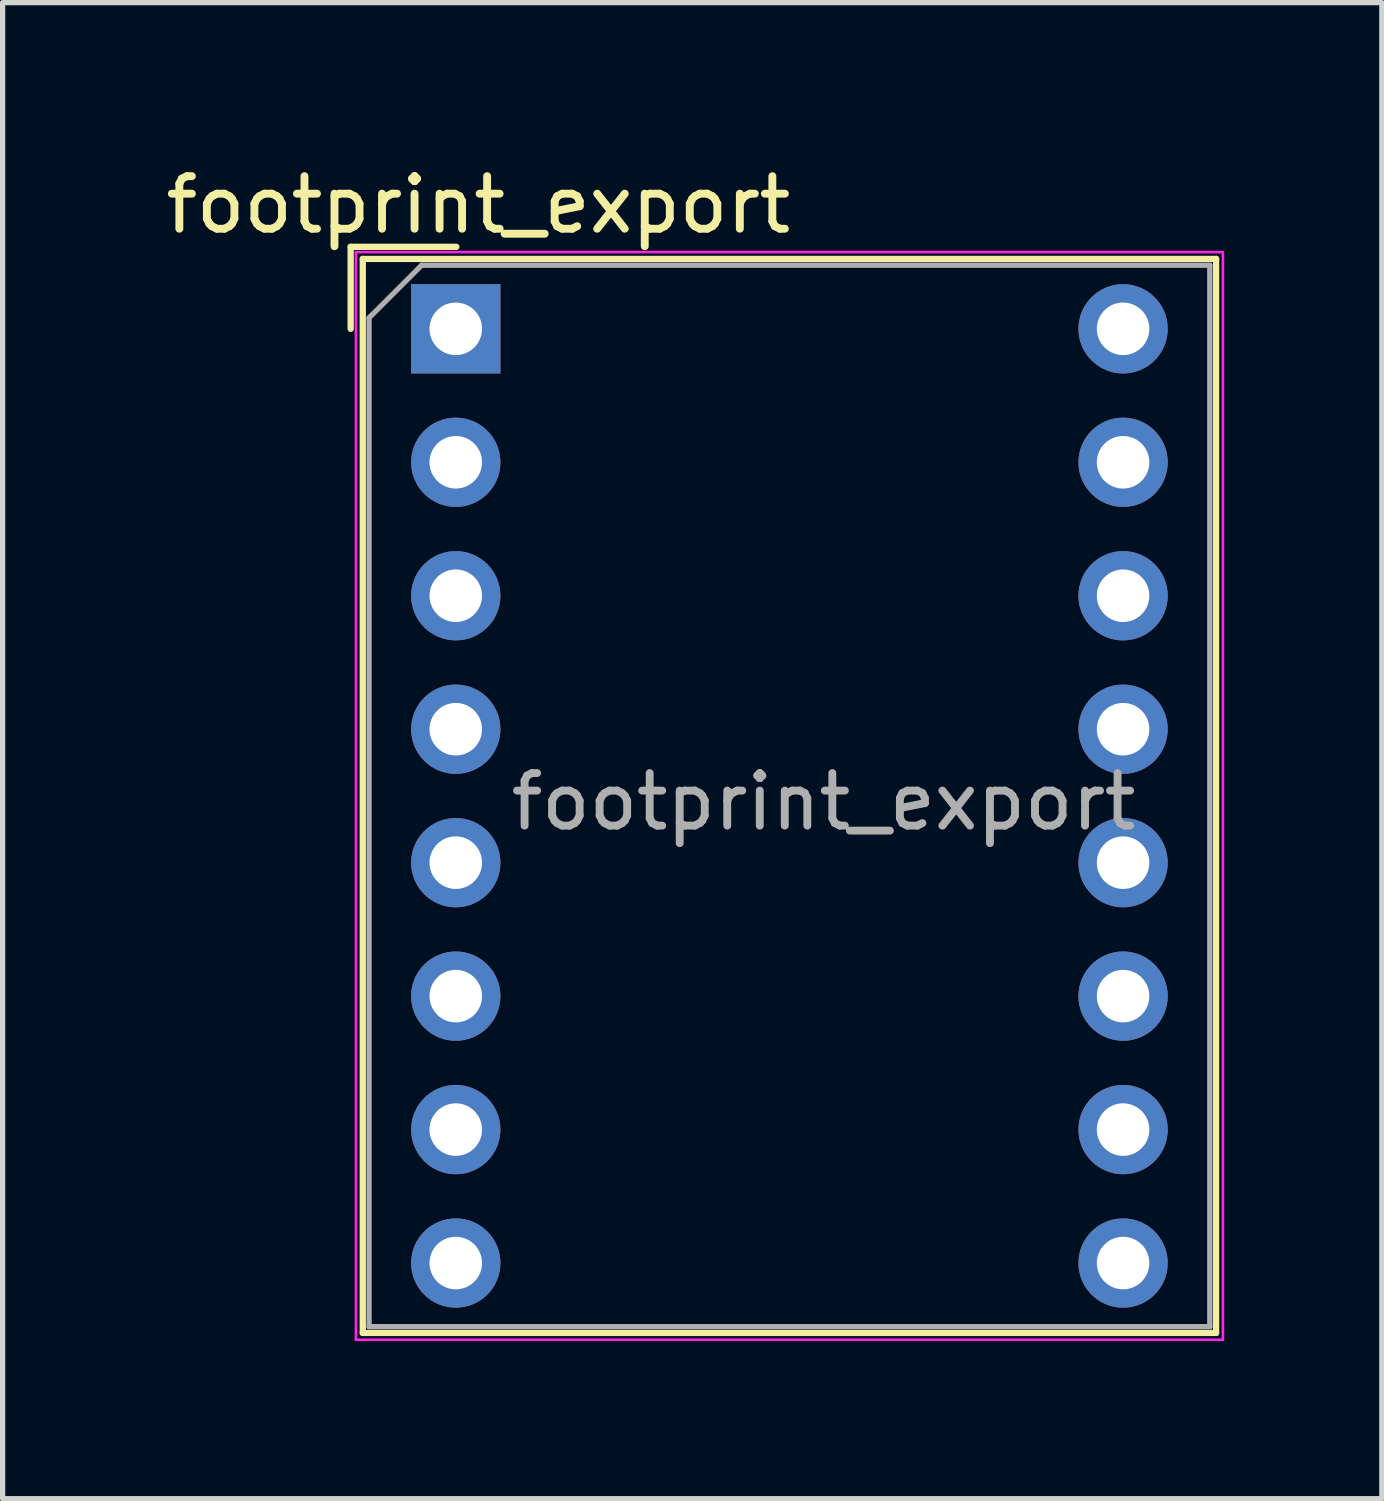
<source format=kicad_pcb>
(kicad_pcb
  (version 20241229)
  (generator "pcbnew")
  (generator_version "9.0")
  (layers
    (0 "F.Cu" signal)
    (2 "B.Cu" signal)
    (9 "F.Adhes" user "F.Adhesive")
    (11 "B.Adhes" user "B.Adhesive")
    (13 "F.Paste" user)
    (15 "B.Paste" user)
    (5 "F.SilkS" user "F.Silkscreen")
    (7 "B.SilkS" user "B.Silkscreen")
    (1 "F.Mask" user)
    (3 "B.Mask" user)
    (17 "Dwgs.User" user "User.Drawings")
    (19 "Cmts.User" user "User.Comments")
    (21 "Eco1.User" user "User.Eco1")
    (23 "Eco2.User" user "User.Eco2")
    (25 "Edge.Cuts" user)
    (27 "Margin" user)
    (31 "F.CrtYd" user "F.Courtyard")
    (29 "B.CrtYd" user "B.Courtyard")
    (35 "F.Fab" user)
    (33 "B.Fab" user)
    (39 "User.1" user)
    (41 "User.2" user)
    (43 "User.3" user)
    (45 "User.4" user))
  (footprint "footprint_export"
    (layer "F.Cu")
    (at 5.624 3.208)
    (property "Reference" "footprint_export" (at 0.43 -2.36 0) (layer "F.SilkS") (effects (font (size 1 1) (thickness 0.15))))
    (attr through_hole)
    (fp_line (start -2 -1.56) (end -2 0) (stroke (width 0.12) (type solid)) (layer "F.SilkS"))
    (fp_line (start -2 -1.56) (end 0.01 -1.56) (stroke (width 0.12) (type solid)) (layer "F.SilkS"))
    (fp_line (start -1.77 -1.33) (end 14.47 -1.33) (stroke (width 0.12) (type solid)) (layer "F.SilkS"))
    (fp_line (start -1.77 19.11) (end -1.77 -1.33) (stroke (width 0.12) (type solid)) (layer "F.SilkS"))
    (fp_line (start 14.47 -1.33) (end 14.47 19.11) (stroke (width 0.12) (type solid)) (layer "F.SilkS"))
    (fp_line (start 14.47 19.11) (end -1.77 19.11) (stroke (width 0.12) (type solid)) (layer "F.SilkS"))
    (fp_line (start -1.9 -1.46) (end 14.6 -1.46) (stroke (width 0.05) (type solid)) (layer "F.CrtYd"))
    (fp_line (start -1.9 19.24) (end -1.9 -1.46) (stroke (width 0.05) (type solid)) (layer "F.CrtYd"))
    (fp_line (start 14.6 -1.46) (end 14.6 19.24) (stroke (width 0.05) (type solid)) (layer "F.CrtYd"))
    (fp_line (start 14.6 19.24) (end -1.9 19.24) (stroke (width 0.05) (type solid)) (layer "F.CrtYd"))
    (fp_line (start -1.65 -0.21) (end -0.65 -1.21) (stroke (width 0.1) (type solid)) (layer "F.Fab"))
    (fp_line (start -1.65 18.99) (end -1.65 -0.21) (stroke (width 0.1) (type solid)) (layer "F.Fab"))
    (fp_line (start -0.65 -1.21) (end 14.35 -1.21) (stroke (width 0.1) (type solid)) (layer "F.Fab"))
    (fp_line (start 14.35 -1.21) (end 14.35 18.99) (stroke (width 0.1) (type solid)) (layer "F.Fab"))
    (fp_line (start 14.35 18.99) (end -1.65 18.99) (stroke (width 0.1) (type solid)) (layer "F.Fab"))
    (fp_text user "${REFERENCE}" (at 7 9 0) (layer "F.Fab") (effects (font (size 1 1) (thickness 0.15))))
    (pad "1" thru_hole rect (at 0 0) (size 1.7 1.7) (drill 1) (layers "*.Cu" "*.Mask"))
    (pad "2" thru_hole circle (at 0 2.54) (size 1.7 1.7) (drill 1) (layers "*.Cu" "*.Mask"))
    (pad "3" thru_hole circle (at 0 5.08) (size 1.7 1.7) (drill 1) (layers "*.Cu" "*.Mask"))
    (pad "4" thru_hole circle (at 0 7.62) (size 1.7 1.7) (drill 1) (layers "*.Cu" "*.Mask"))
    (pad "5" thru_hole circle (at 0 10.16) (size 1.7 1.7) (drill 1) (layers "*.Cu" "*.Mask"))
    (pad "6" thru_hole circle (at 0 12.7) (size 1.7 1.7) (drill 1) (layers "*.Cu" "*.Mask"))
    (pad "7" thru_hole circle (at 0 15.24) (size 1.7 1.7) (drill 1) (layers "*.Cu" "*.Mask"))
    (pad "8" thru_hole circle (at 0 17.78) (size 1.7 1.7) (drill 1) (layers "*.Cu" "*.Mask"))
    (pad "9" thru_hole circle (at 12.7 17.78) (size 1.7 1.7) (drill 1) (layers "*.Cu" "*.Mask"))
    (pad "10" thru_hole circle (at 12.7 15.24) (size 1.7 1.7) (drill 1) (layers "*.Cu" "*.Mask"))
    (pad "11" thru_hole circle (at 12.7 12.7) (size 1.7 1.7) (drill 1) (layers "*.Cu" "*.Mask"))
    (pad "12" thru_hole circle (at 12.7 10.16) (size 1.7 1.7) (drill 1) (layers "*.Cu" "*.Mask"))
    (pad "13" thru_hole circle (at 12.7 7.62) (size 1.7 1.7) (drill 1) (layers "*.Cu" "*.Mask"))
    (pad "14" thru_hole circle (at 12.7 5.08) (size 1.7 1.7) (drill 1) (layers "*.Cu" "*.Mask"))
    (pad "15" thru_hole circle (at 12.7 2.54) (size 1.7 1.7) (drill 1) (layers "*.Cu" "*.Mask"))
    (pad "16" thru_hole circle (at 12.7 0) (size 1.7 1.7) (drill 1) (layers "*.Cu" "*.Mask")))
  (gr_rect
    (start -3 -3)
    (end 23.249 25.473)
    (stroke (width 0.1) (type default))
    (fill no)
    (layer "Edge.Cuts")))
</source>
